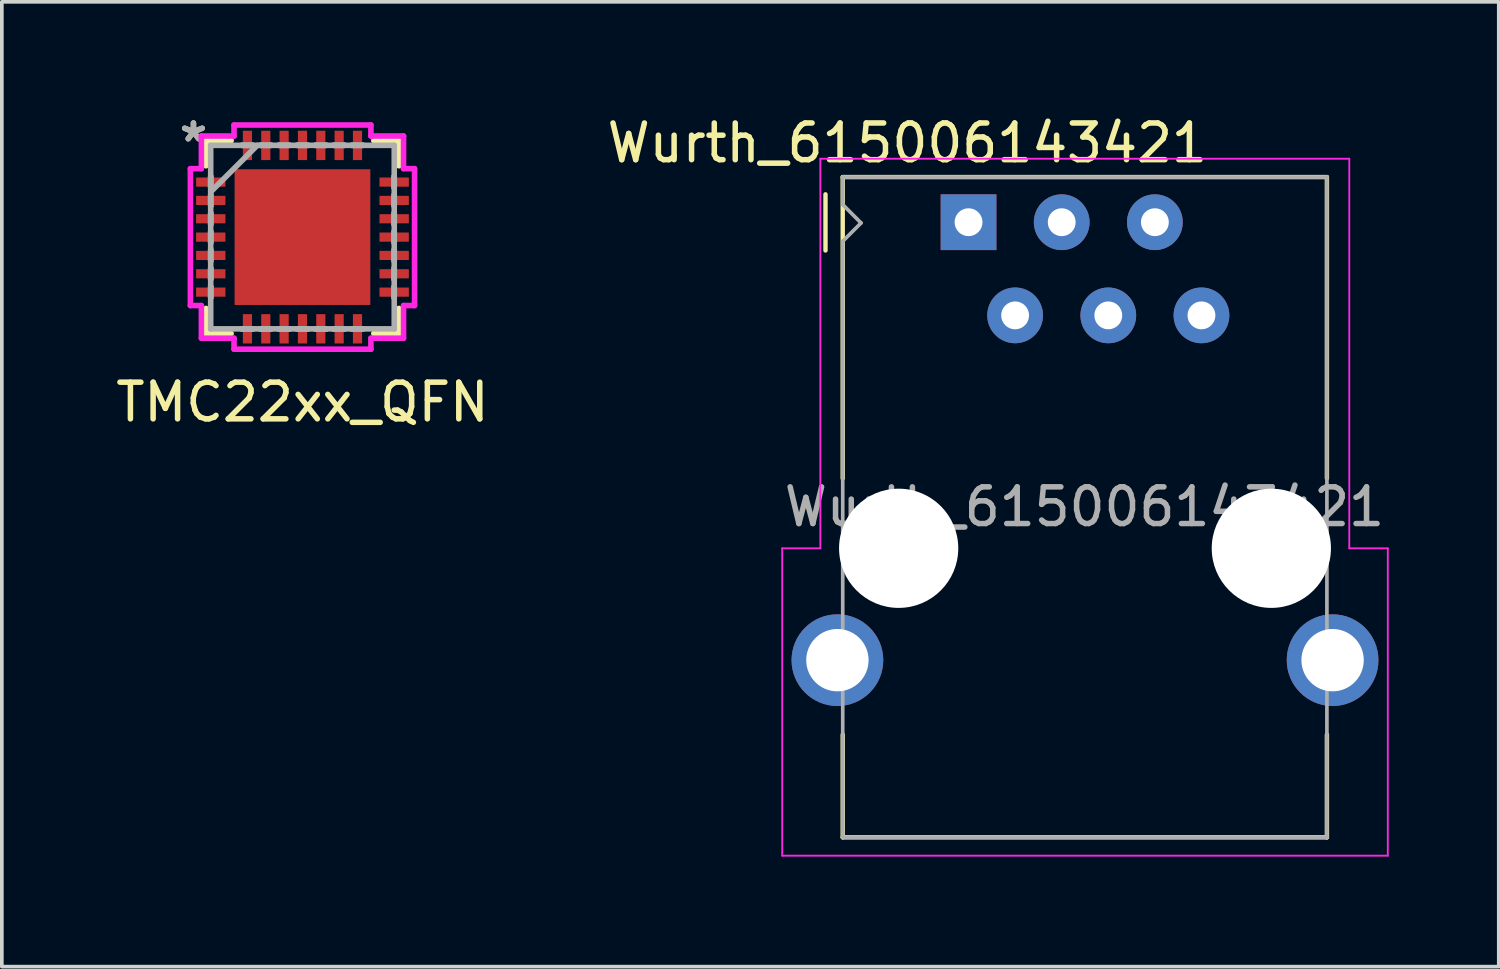
<source format=kicad_pcb>
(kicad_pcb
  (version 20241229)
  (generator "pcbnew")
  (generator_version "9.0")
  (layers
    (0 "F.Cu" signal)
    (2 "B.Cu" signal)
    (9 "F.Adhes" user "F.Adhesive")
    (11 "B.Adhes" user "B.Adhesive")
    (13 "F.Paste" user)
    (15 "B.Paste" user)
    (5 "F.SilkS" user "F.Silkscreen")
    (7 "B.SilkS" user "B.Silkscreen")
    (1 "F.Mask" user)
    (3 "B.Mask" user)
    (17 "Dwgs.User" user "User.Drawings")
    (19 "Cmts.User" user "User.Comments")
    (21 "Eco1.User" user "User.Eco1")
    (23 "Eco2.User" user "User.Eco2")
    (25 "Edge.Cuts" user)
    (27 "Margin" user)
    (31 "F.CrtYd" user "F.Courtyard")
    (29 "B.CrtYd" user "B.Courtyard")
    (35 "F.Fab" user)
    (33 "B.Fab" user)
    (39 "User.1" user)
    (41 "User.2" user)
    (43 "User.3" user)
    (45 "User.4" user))
  (footprint "TMC22xx_QFN"
    (layer "F.Cu")
    (at 5.196 3.414)
    (property "Reference" "TMC22xx_QFN" (at 0 4.5 0) (layer "F.SilkS") (effects (font (size 1 1) (thickness 0.15))))
    (attr smd)
    (fp_line (start -2.629 -2.629) (end -2.629 -1.945) (stroke (width 0.152) (type solid)) (layer "F.SilkS"))
    (fp_line (start -2.629 1.945) (end -2.629 2.629) (stroke (width 0.152) (type solid)) (layer "F.SilkS"))
    (fp_line (start -2.629 2.629) (end -1.945 2.629) (stroke (width 0.152) (type solid)) (layer "F.SilkS"))
    (fp_line (start -1.945 -2.629) (end -2.629 -2.629) (stroke (width 0.152) (type solid)) (layer "F.SilkS"))
    (fp_line (start 1.945 2.629) (end 2.629 2.629) (stroke (width 0.152) (type solid)) (layer "F.SilkS"))
    (fp_line (start 2.629 -2.629) (end 1.945 -2.629) (stroke (width 0.152) (type solid)) (layer "F.SilkS"))
    (fp_line (start 2.629 -1.945) (end 2.629 -2.629) (stroke (width 0.152) (type solid)) (layer "F.SilkS"))
    (fp_line (start 2.629 2.629) (end 2.629 1.945) (stroke (width 0.152) (type solid)) (layer "F.SilkS"))
    (fp_line (start -3.056 -1.866) (end -2.756 -1.866) (stroke (width 0.152) (type solid)) (layer "F.CrtYd"))
    (fp_line (start -3.056 1.866) (end -3.056 -1.866) (stroke (width 0.152) (type solid)) (layer "F.CrtYd"))
    (fp_line (start -2.756 -2.756) (end -1.866 -2.756) (stroke (width 0.152) (type solid)) (layer "F.CrtYd"))
    (fp_line (start -2.756 -1.866) (end -2.756 -2.756) (stroke (width 0.152) (type solid)) (layer "F.CrtYd"))
    (fp_line (start -2.756 1.866) (end -3.056 1.866) (stroke (width 0.152) (type solid)) (layer "F.CrtYd"))
    (fp_line (start -2.756 2.756) (end -2.756 1.866) (stroke (width 0.152) (type solid)) (layer "F.CrtYd"))
    (fp_line (start -1.866 -3.056) (end 1.866 -3.056) (stroke (width 0.152) (type solid)) (layer "F.CrtYd"))
    (fp_line (start -1.866 -2.756) (end -1.866 -3.056) (stroke (width 0.152) (type solid)) (layer "F.CrtYd"))
    (fp_line (start -1.866 2.756) (end -2.756 2.756) (stroke (width 0.152) (type solid)) (layer "F.CrtYd"))
    (fp_line (start -1.866 3.056) (end -1.866 2.756) (stroke (width 0.152) (type solid)) (layer "F.CrtYd"))
    (fp_line (start 1.866 -3.056) (end 1.866 -2.756) (stroke (width 0.152) (type solid)) (layer "F.CrtYd"))
    (fp_line (start 1.866 -2.756) (end 2.756 -2.756) (stroke (width 0.152) (type solid)) (layer "F.CrtYd"))
    (fp_line (start 1.866 2.756) (end 1.866 3.056) (stroke (width 0.152) (type solid)) (layer "F.CrtYd"))
    (fp_line (start 1.866 3.056) (end -1.866 3.056) (stroke (width 0.152) (type solid)) (layer "F.CrtYd"))
    (fp_line (start 2.756 -2.756) (end 2.756 -1.866) (stroke (width 0.152) (type solid)) (layer "F.CrtYd"))
    (fp_line (start 2.756 -1.866) (end 3.056 -1.866) (stroke (width 0.152) (type solid)) (layer "F.CrtYd"))
    (fp_line (start 2.756 1.866) (end 2.756 2.756) (stroke (width 0.152) (type solid)) (layer "F.CrtYd"))
    (fp_line (start 2.756 2.756) (end 1.866 2.756) (stroke (width 0.152) (type solid)) (layer "F.CrtYd"))
    (fp_line (start 3.056 -1.866) (end 3.056 1.866) (stroke (width 0.152) (type solid)) (layer "F.CrtYd"))
    (fp_line (start 3.056 1.866) (end 2.756 1.866) (stroke (width 0.152) (type solid)) (layer "F.CrtYd"))
    (fp_line (start -2.502 -2.502) (end -2.502 2.502) (stroke (width 0.152) (type solid)) (layer "F.Fab"))
    (fp_line (start -2.502 -1.652) (end -2.502 -1.652) (stroke (width 0.152) (type solid)) (layer "F.Fab"))
    (fp_line (start -2.502 -1.652) (end -2.502 -1.348) (stroke (width 0.152) (type solid)) (layer "F.Fab"))
    (fp_line (start -2.502 -1.348) (end -2.502 -1.652) (stroke (width 0.152) (type solid)) (layer "F.Fab"))
    (fp_line (start -2.502 -1.348) (end -2.502 -1.348) (stroke (width 0.152) (type solid)) (layer "F.Fab"))
    (fp_line (start -2.502 -1.232) (end -1.232 -2.502) (stroke (width 0.152) (type solid)) (layer "F.Fab"))
    (fp_line (start -2.502 -1.152) (end -2.502 -1.152) (stroke (width 0.152) (type solid)) (layer "F.Fab"))
    (fp_line (start -2.502 -1.152) (end -2.502 -0.848) (stroke (width 0.152) (type solid)) (layer "F.Fab"))
    (fp_line (start -2.502 -0.848) (end -2.502 -1.152) (stroke (width 0.152) (type solid)) (layer "F.Fab"))
    (fp_line (start -2.502 -0.848) (end -2.502 -0.848) (stroke (width 0.152) (type solid)) (layer "F.Fab"))
    (fp_line (start -2.502 -0.652) (end -2.502 -0.652) (stroke (width 0.152) (type solid)) (layer "F.Fab"))
    (fp_line (start -2.502 -0.652) (end -2.502 -0.348) (stroke (width 0.152) (type solid)) (layer "F.Fab"))
    (fp_line (start -2.502 -0.348) (end -2.502 -0.652) (stroke (width 0.152) (type solid)) (layer "F.Fab"))
    (fp_line (start -2.502 -0.348) (end -2.502 -0.348) (stroke (width 0.152) (type solid)) (layer "F.Fab"))
    (fp_line (start -2.502 -0.152) (end -2.502 -0.152) (stroke (width 0.152) (type solid)) (layer "F.Fab"))
    (fp_line (start -2.502 -0.152) (end -2.502 0.152) (stroke (width 0.152) (type solid)) (layer "F.Fab"))
    (fp_line (start -2.502 0.152) (end -2.502 -0.152) (stroke (width 0.152) (type solid)) (layer "F.Fab"))
    (fp_line (start -2.502 0.152) (end -2.502 0.152) (stroke (width 0.152) (type solid)) (layer "F.Fab"))
    (fp_line (start -2.502 0.348) (end -2.502 0.348) (stroke (width 0.152) (type solid)) (layer "F.Fab"))
    (fp_line (start -2.502 0.348) (end -2.502 0.652) (stroke (width 0.152) (type solid)) (layer "F.Fab"))
    (fp_line (start -2.502 0.652) (end -2.502 0.348) (stroke (width 0.152) (type solid)) (layer "F.Fab"))
    (fp_line (start -2.502 0.652) (end -2.502 0.652) (stroke (width 0.152) (type solid)) (layer "F.Fab"))
    (fp_line (start -2.502 0.848) (end -2.502 0.848) (stroke (width 0.152) (type solid)) (layer "F.Fab"))
    (fp_line (start -2.502 0.848) (end -2.502 1.152) (stroke (width 0.152) (type solid)) (layer "F.Fab"))
    (fp_line (start -2.502 1.152) (end -2.502 0.848) (stroke (width 0.152) (type solid)) (layer "F.Fab"))
    (fp_line (start -2.502 1.152) (end -2.502 1.152) (stroke (width 0.152) (type solid)) (layer "F.Fab"))
    (fp_line (start -2.502 1.348) (end -2.502 1.348) (stroke (width 0.152) (type solid)) (layer "F.Fab"))
    (fp_line (start -2.502 1.348) (end -2.502 1.652) (stroke (width 0.152) (type solid)) (layer "F.Fab"))
    (fp_line (start -2.502 1.652) (end -2.502 1.348) (stroke (width 0.152) (type solid)) (layer "F.Fab"))
    (fp_line (start -2.502 1.652) (end -2.502 1.652) (stroke (width 0.152) (type solid)) (layer "F.Fab"))
    (fp_line (start -2.502 2.502) (end 2.502 2.502) (stroke (width 0.152) (type solid)) (layer "F.Fab"))
    (fp_line (start -1.652 -2.502) (end -1.652 -2.502) (stroke (width 0.152) (type solid)) (layer "F.Fab"))
    (fp_line (start -1.652 -2.502) (end -1.348 -2.502) (stroke (width 0.152) (type solid)) (layer "F.Fab"))
    (fp_line (start -1.652 2.502) (end -1.652 2.502) (stroke (width 0.152) (type solid)) (layer "F.Fab"))
    (fp_line (start -1.652 2.502) (end -1.348 2.502) (stroke (width 0.152) (type solid)) (layer "F.Fab"))
    (fp_line (start -1.348 -2.502) (end -1.652 -2.502) (stroke (width 0.152) (type solid)) (layer "F.Fab"))
    (fp_line (start -1.348 -2.502) (end -1.348 -2.502) (stroke (width 0.152) (type solid)) (layer "F.Fab"))
    (fp_line (start -1.348 2.502) (end -1.652 2.502) (stroke (width 0.152) (type solid)) (layer "F.Fab"))
    (fp_line (start -1.348 2.502) (end -1.348 2.502) (stroke (width 0.152) (type solid)) (layer "F.Fab"))
    (fp_line (start -1.152 -2.502) (end -1.152 -2.502) (stroke (width 0.152) (type solid)) (layer "F.Fab"))
    (fp_line (start -1.152 -2.502) (end -0.848 -2.502) (stroke (width 0.152) (type solid)) (layer "F.Fab"))
    (fp_line (start -1.152 2.502) (end -1.152 2.502) (stroke (width 0.152) (type solid)) (layer "F.Fab"))
    (fp_line (start -1.152 2.502) (end -0.848 2.502) (stroke (width 0.152) (type solid)) (layer "F.Fab"))
    (fp_line (start -0.848 -2.502) (end -1.152 -2.502) (stroke (width 0.152) (type solid)) (layer "F.Fab"))
    (fp_line (start -0.848 -2.502) (end -0.848 -2.502) (stroke (width 0.152) (type solid)) (layer "F.Fab"))
    (fp_line (start -0.848 2.502) (end -1.152 2.502) (stroke (width 0.152) (type solid)) (layer "F.Fab"))
    (fp_line (start -0.848 2.502) (end -0.848 2.502) (stroke (width 0.152) (type solid)) (layer "F.Fab"))
    (fp_line (start -0.652 -2.502) (end -0.652 -2.502) (stroke (width 0.152) (type solid)) (layer "F.Fab"))
    (fp_line (start -0.652 -2.502) (end -0.348 -2.502) (stroke (width 0.152) (type solid)) (layer "F.Fab"))
    (fp_line (start -0.652 2.502) (end -0.652 2.502) (stroke (width 0.152) (type solid)) (layer "F.Fab"))
    (fp_line (start -0.652 2.502) (end -0.348 2.502) (stroke (width 0.152) (type solid)) (layer "F.Fab"))
    (fp_line (start -0.348 -2.502) (end -0.652 -2.502) (stroke (width 0.152) (type solid)) (layer "F.Fab"))
    (fp_line (start -0.348 -2.502) (end -0.348 -2.502) (stroke (width 0.152) (type solid)) (layer "F.Fab"))
    (fp_line (start -0.348 2.502) (end -0.652 2.502) (stroke (width 0.152) (type solid)) (layer "F.Fab"))
    (fp_line (start -0.348 2.502) (end -0.348 2.502) (stroke (width 0.152) (type solid)) (layer "F.Fab"))
    (fp_line (start -0.152 -2.502) (end -0.152 -2.502) (stroke (width 0.152) (type solid)) (layer "F.Fab"))
    (fp_line (start -0.152 -2.502) (end 0.152 -2.502) (stroke (width 0.152) (type solid)) (layer "F.Fab"))
    (fp_line (start -0.152 2.502) (end -0.152 2.502) (stroke (width 0.152) (type solid)) (layer "F.Fab"))
    (fp_line (start -0.152 2.502) (end 0.152 2.502) (stroke (width 0.152) (type solid)) (layer "F.Fab"))
    (fp_line (start 0.152 -2.502) (end -0.152 -2.502) (stroke (width 0.152) (type solid)) (layer "F.Fab"))
    (fp_line (start 0.152 -2.502) (end 0.152 -2.502) (stroke (width 0.152) (type solid)) (layer "F.Fab"))
    (fp_line (start 0.152 2.502) (end -0.152 2.502) (stroke (width 0.152) (type solid)) (layer "F.Fab"))
    (fp_line (start 0.152 2.502) (end 0.152 2.502) (stroke (width 0.152) (type solid)) (layer "F.Fab"))
    (fp_line (start 0.348 -2.502) (end 0.348 -2.502) (stroke (width 0.152) (type solid)) (layer "F.Fab"))
    (fp_line (start 0.348 -2.502) (end 0.652 -2.502) (stroke (width 0.152) (type solid)) (layer "F.Fab"))
    (fp_line (start 0.348 2.502) (end 0.348 2.502) (stroke (width 0.152) (type solid)) (layer "F.Fab"))
    (fp_line (start 0.348 2.502) (end 0.652 2.502) (stroke (width 0.152) (type solid)) (layer "F.Fab"))
    (fp_line (start 0.652 -2.502) (end 0.348 -2.502) (stroke (width 0.152) (type solid)) (layer "F.Fab"))
    (fp_line (start 0.652 -2.502) (end 0.652 -2.502) (stroke (width 0.152) (type solid)) (layer "F.Fab"))
    (fp_line (start 0.652 2.502) (end 0.348 2.502) (stroke (width 0.152) (type solid)) (layer "F.Fab"))
    (fp_line (start 0.652 2.502) (end 0.652 2.502) (stroke (width 0.152) (type solid)) (layer "F.Fab"))
    (fp_line (start 0.848 -2.502) (end 0.848 -2.502) (stroke (width 0.152) (type solid)) (layer "F.Fab"))
    (fp_line (start 0.848 -2.502) (end 1.152 -2.502) (stroke (width 0.152) (type solid)) (layer "F.Fab"))
    (fp_line (start 0.848 2.502) (end 0.848 2.502) (stroke (width 0.152) (type solid)) (layer "F.Fab"))
    (fp_line (start 0.848 2.502) (end 1.152 2.502) (stroke (width 0.152) (type solid)) (layer "F.Fab"))
    (fp_line (start 1.152 -2.502) (end 0.848 -2.502) (stroke (width 0.152) (type solid)) (layer "F.Fab"))
    (fp_line (start 1.152 -2.502) (end 1.152 -2.502) (stroke (width 0.152) (type solid)) (layer "F.Fab"))
    (fp_line (start 1.152 2.502) (end 0.848 2.502) (stroke (width 0.152) (type solid)) (layer "F.Fab"))
    (fp_line (start 1.152 2.502) (end 1.152 2.502) (stroke (width 0.152) (type solid)) (layer "F.Fab"))
    (fp_line (start 1.348 -2.502) (end 1.348 -2.502) (stroke (width 0.152) (type solid)) (layer "F.Fab"))
    (fp_line (start 1.348 -2.502) (end 1.652 -2.502) (stroke (width 0.152) (type solid)) (layer "F.Fab"))
    (fp_line (start 1.348 2.502) (end 1.348 2.502) (stroke (width 0.152) (type solid)) (layer "F.Fab"))
    (fp_line (start 1.348 2.502) (end 1.652 2.502) (stroke (width 0.152) (type solid)) (layer "F.Fab"))
    (fp_line (start 1.652 -2.502) (end 1.348 -2.502) (stroke (width 0.152) (type solid)) (layer "F.Fab"))
    (fp_line (start 1.652 -2.502) (end 1.652 -2.502) (stroke (width 0.152) (type solid)) (layer "F.Fab"))
    (fp_line (start 1.652 2.502) (end 1.348 2.502) (stroke (width 0.152) (type solid)) (layer "F.Fab"))
    (fp_line (start 1.652 2.502) (end 1.652 2.502) (stroke (width 0.152) (type solid)) (layer "F.Fab"))
    (fp_line (start 2.502 -2.502) (end -2.502 -2.502) (stroke (width 0.152) (type solid)) (layer "F.Fab"))
    (fp_line (start 2.502 -1.652) (end 2.502 -1.652) (stroke (width 0.152) (type solid)) (layer "F.Fab"))
    (fp_line (start 2.502 -1.652) (end 2.502 -1.348) (stroke (width 0.152) (type solid)) (layer "F.Fab"))
    (fp_line (start 2.502 -1.348) (end 2.502 -1.652) (stroke (width 0.152) (type solid)) (layer "F.Fab"))
    (fp_line (start 2.502 -1.348) (end 2.502 -1.348) (stroke (width 0.152) (type solid)) (layer "F.Fab"))
    (fp_line (start 2.502 -1.152) (end 2.502 -1.152) (stroke (width 0.152) (type solid)) (layer "F.Fab"))
    (fp_line (start 2.502 -1.152) (end 2.502 -0.848) (stroke (width 0.152) (type solid)) (layer "F.Fab"))
    (fp_line (start 2.502 -0.848) (end 2.502 -1.152) (stroke (width 0.152) (type solid)) (layer "F.Fab"))
    (fp_line (start 2.502 -0.848) (end 2.502 -0.848) (stroke (width 0.152) (type solid)) (layer "F.Fab"))
    (fp_line (start 2.502 -0.652) (end 2.502 -0.652) (stroke (width 0.152) (type solid)) (layer "F.Fab"))
    (fp_line (start 2.502 -0.652) (end 2.502 -0.348) (stroke (width 0.152) (type solid)) (layer "F.Fab"))
    (fp_line (start 2.502 -0.348) (end 2.502 -0.652) (stroke (width 0.152) (type solid)) (layer "F.Fab"))
    (fp_line (start 2.502 -0.348) (end 2.502 -0.348) (stroke (width 0.152) (type solid)) (layer "F.Fab"))
    (fp_line (start 2.502 -0.152) (end 2.502 -0.152) (stroke (width 0.152) (type solid)) (layer "F.Fab"))
    (fp_line (start 2.502 -0.152) (end 2.502 0.152) (stroke (width 0.152) (type solid)) (layer "F.Fab"))
    (fp_line (start 2.502 0.152) (end 2.502 -0.152) (stroke (width 0.152) (type solid)) (layer "F.Fab"))
    (fp_line (start 2.502 0.152) (end 2.502 0.152) (stroke (width 0.152) (type solid)) (layer "F.Fab"))
    (fp_line (start 2.502 0.348) (end 2.502 0.348) (stroke (width 0.152) (type solid)) (layer "F.Fab"))
    (fp_line (start 2.502 0.348) (end 2.502 0.652) (stroke (width 0.152) (type solid)) (layer "F.Fab"))
    (fp_line (start 2.502 0.652) (end 2.502 0.348) (stroke (width 0.152) (type solid)) (layer "F.Fab"))
    (fp_line (start 2.502 0.652) (end 2.502 0.652) (stroke (width 0.152) (type solid)) (layer "F.Fab"))
    (fp_line (start 2.502 0.848) (end 2.502 0.848) (stroke (width 0.152) (type solid)) (layer "F.Fab"))
    (fp_line (start 2.502 0.848) (end 2.502 1.152) (stroke (width 0.152) (type solid)) (layer "F.Fab"))
    (fp_line (start 2.502 1.152) (end 2.502 0.848) (stroke (width 0.152) (type solid)) (layer "F.Fab"))
    (fp_line (start 2.502 1.152) (end 2.502 1.152) (stroke (width 0.152) (type solid)) (layer "F.Fab"))
    (fp_line (start 2.502 1.348) (end 2.502 1.348) (stroke (width 0.152) (type solid)) (layer "F.Fab"))
    (fp_line (start 2.502 1.348) (end 2.502 1.652) (stroke (width 0.152) (type solid)) (layer "F.Fab"))
    (fp_line (start 2.502 1.652) (end 2.502 1.348) (stroke (width 0.152) (type solid)) (layer "F.Fab"))
    (fp_line (start 2.502 1.652) (end 2.502 1.652) (stroke (width 0.152) (type solid)) (layer "F.Fab"))
    (fp_line (start 2.502 2.502) (end 2.502 -2.502) (stroke (width 0.152) (type solid)) (layer "F.Fab"))
    (fp_text user "*" (at -2.972 -2.565 0) (layer "F.SilkS") (effects (font (size 1 1) (thickness 0.15))))
    (fp_text user "*" (at -2.972 -2.565 0) (layer "F.Fab") (effects (font (size 1 1) (thickness 0.15))))
    (pad "1" smd rect (at -2.5 -1.5 90) (size 0.25 0.8) (layers "F.Cu" "F.Mask" "F.Paste"))
    (pad "2" smd rect (at -2.5 -1 90) (size 0.25 0.8) (layers "F.Cu" "F.Mask" "F.Paste"))
    (pad "3" smd rect (at -2.5 -0.5 90) (size 0.25 0.8) (layers "F.Cu" "F.Mask" "F.Paste"))
    (pad "4" smd rect (at -2.5 0 90) (size 0.25 0.8) (layers "F.Cu" "F.Mask" "F.Paste"))
    (pad "5" smd rect (at -2.5 0.5 90) (size 0.25 0.8) (layers "F.Cu" "F.Mask" "F.Paste"))
    (pad "6" smd rect (at -2.5 1 90) (size 0.25 0.8) (layers "F.Cu" "F.Mask" "F.Paste"))
    (pad "7" smd rect (at -2.5 1.5 90) (size 0.25 0.8) (layers "F.Cu" "F.Mask" "F.Paste"))
    (pad "8" smd rect (at -1.5 2.5) (size 0.25 0.8) (layers "F.Cu" "F.Mask" "F.Paste"))
    (pad "9" smd rect (at -1 2.5) (size 0.25 0.8) (layers "F.Cu" "F.Mask" "F.Paste"))
    (pad "10" smd rect (at -0.5 2.5) (size 0.25 0.8) (layers "F.Cu" "F.Mask" "F.Paste"))
    (pad "11" smd rect (at 0 2.5) (size 0.25 0.8) (layers "F.Cu" "F.Mask" "F.Paste"))
    (pad "12" smd rect (at 0.5 2.5) (size 0.25 0.8) (layers "F.Cu" "F.Mask" "F.Paste"))
    (pad "13" smd rect (at 1 2.5) (size 0.25 0.8) (layers "F.Cu" "F.Mask" "F.Paste"))
    (pad "14" smd rect (at 1.5 2.5) (size 0.25 0.8) (layers "F.Cu" "F.Mask" "F.Paste"))
    (pad "15" smd rect (at 2.5 1.5 90) (size 0.25 0.8) (layers "F.Cu" "F.Mask" "F.Paste"))
    (pad "16" smd rect (at 2.5 1 90) (size 0.25 0.8) (layers "F.Cu" "F.Mask" "F.Paste"))
    (pad "17" smd rect (at 2.5 0.5 90) (size 0.25 0.8) (layers "F.Cu" "F.Mask" "F.Paste"))
    (pad "18" smd rect (at 2.5 0 90) (size 0.25 0.8) (layers "F.Cu" "F.Mask" "F.Paste"))
    (pad "19" smd rect (at 2.5 -0.5 90) (size 0.25 0.8) (layers "F.Cu" "F.Mask" "F.Paste"))
    (pad "20" smd rect (at 2.5 -1 90) (size 0.25 0.8) (layers "F.Cu" "F.Mask" "F.Paste"))
    (pad "21" smd rect (at 2.5 -1.5 90) (size 0.25 0.8) (layers "F.Cu" "F.Mask" "F.Paste"))
    (pad "22" smd rect (at 1.5 -2.5) (size 0.25 0.8) (layers "F.Cu" "F.Mask" "F.Paste"))
    (pad "23" smd rect (at 1 -2.5) (size 0.25 0.8) (layers "F.Cu" "F.Mask" "F.Paste"))
    (pad "24" smd rect (at 0.5 -2.5) (size 0.25 0.8) (layers "F.Cu" "F.Mask" "F.Paste"))
    (pad "25" smd rect (at 0 -2.5) (size 0.25 0.8) (layers "F.Cu" "F.Mask" "F.Paste"))
    (pad "26" smd rect (at -0.5 -2.5) (size 0.25 0.8) (layers "F.Cu" "F.Mask" "F.Paste"))
    (pad "27" smd rect (at -1 -2.5) (size 0.25 0.8) (layers "F.Cu" "F.Mask" "F.Paste"))
    (pad "28" smd rect (at -1.5 -2.5) (size 0.25 0.8) (layers "F.Cu" "F.Mask" "F.Paste"))
    (pad "29" smd rect (at 0 0) (size 3.7 3.7) (layers "F.Cu" "F.Mask" "F.Paste")))
  (footprint "Wurth_615006143421"
    (layer "F.Cu")
    (at 26.53 11.898)
    (property "Reference" "Wurth_615006143421" (at -4.845 -11.05 0) (layer "F.SilkS") (effects (font (size 1 1) (thickness 0.15))))
    (attr through_hole)
    (fp_line (start -7.075 -8.12) (end -7.075 -9.65) (stroke (width 0.12) (type solid)) (layer "F.SilkS"))
    (fp_line (start -6.605 -10.12) (end 6.595 -10.12) (stroke (width 0.12) (type solid)) (layer "F.SilkS"))
    (fp_line (start -6.605 -1.905) (end -6.605 -10.12) (stroke (width 0.12) (type solid)) (layer "F.SilkS"))
    (fp_line (start -6.605 7.88) (end -6.605 5.08) (stroke (width 0.12) (type solid)) (layer "F.SilkS"))
    (fp_line (start 6.595 -10.12) (end 6.595 -1.905) (stroke (width 0.12) (type solid)) (layer "F.SilkS"))
    (fp_line (start 6.595 7.76) (end 6.595 7.88) (stroke (width 0.1) (type solid)) (layer "F.SilkS"))
    (fp_line (start 6.595 7.87) (end 6.595 7.88) (stroke (width 0.1) (type solid)) (layer "F.SilkS"))
    (fp_line (start 6.595 7.88) (end -6.605 7.88) (stroke (width 0.12) (type solid)) (layer "F.SilkS"))
    (fp_line (start 6.595 7.88) (end 6.595 5.08) (stroke (width 0.12) (type solid)) (layer "F.SilkS"))
    (fp_line (start -8.255 0) (end -8.255 8.38) (stroke (width 0.05) (type solid)) (layer "F.CrtYd"))
    (fp_line (start -7.215 -10.62) (end 7.205 -10.62) (stroke (width 0.05) (type solid)) (layer "F.CrtYd"))
    (fp_line (start -7.215 0) (end -8.255 0) (stroke (width 0.05) (type solid)) (layer "F.CrtYd"))
    (fp_line (start -7.215 0) (end -7.215 -10.62) (stroke (width 0.05) (type solid)) (layer "F.CrtYd"))
    (fp_line (start 7.205 -10.62) (end 7.205 0) (stroke (width 0.05) (type solid)) (layer "F.CrtYd"))
    (fp_line (start 7.205 0) (end 8.255 0) (stroke (width 0.05) (type solid)) (layer "F.CrtYd"))
    (fp_line (start 8.255 0) (end 8.255 8.38) (stroke (width 0.05) (type solid)) (layer "F.CrtYd"))
    (fp_line (start 8.255 8.38) (end -8.255 8.38) (stroke (width 0.05) (type solid)) (layer "F.CrtYd"))
    (fp_line (start -6.605 -10.12) (end 6.595 -10.12) (stroke (width 0.1) (type solid)) (layer "F.Fab"))
    (fp_line (start -6.605 -9.37) (end -6.605 -10.12) (stroke (width 0.1) (type solid)) (layer "F.Fab"))
    (fp_line (start -6.605 -8.37) (end -6.105 -8.87) (stroke (width 0.1) (type solid)) (layer "F.Fab"))
    (fp_line (start -6.605 7.88) (end -6.605 -8.37) (stroke (width 0.1) (type solid)) (layer "F.Fab"))
    (fp_line (start -6.105 -8.87) (end -6.605 -9.37) (stroke (width 0.1) (type solid)) (layer "F.Fab"))
    (fp_line (start 6.595 -10.12) (end 6.595 7.88) (stroke (width 0.1) (type solid)) (layer "F.Fab"))
    (fp_line (start 6.595 7.88) (end -6.605 7.88) (stroke (width 0.1) (type solid)) (layer "F.Fab"))
    (fp_text user "${REFERENCE}" (at -0.015 -1.13 0) (layer "F.Fab") (effects (font (size 1 1) (thickness 0.15))))
    (pad "" np_thru_hole circle (at -5.08 0) (size 3.25 3.25) (drill 3.25) (layers "*.Cu" "*.Mask"))
    (pad "" np_thru_hole circle (at 5.08 0) (size 3.25 3.25) (drill 3.25) (layers "*.Cu" "*.Mask"))
    (pad "1" thru_hole rect (at -3.175 -8.89) (size 1.52 1.52) (drill 0.76) (layers "*.Cu" "*.Mask"))
    (pad "2" thru_hole circle (at -1.905 -6.35) (size 1.52 1.52) (drill 0.76) (layers "*.Cu" "*.Mask"))
    (pad "3" thru_hole circle (at -0.635 -8.89) (size 1.52 1.52) (drill 0.76) (layers "*.Cu" "*.Mask"))
    (pad "4" thru_hole circle (at 0.635 -6.35) (size 1.52 1.52) (drill 0.76) (layers "*.Cu" "*.Mask"))
    (pad "5" thru_hole circle (at 1.905 -8.89) (size 1.52 1.52) (drill 0.76) (layers "*.Cu" "*.Mask"))
    (pad "6" thru_hole circle (at 3.175 -6.35) (size 1.52 1.52) (drill 0.76) (layers "*.Cu" "*.Mask"))
    (pad "SH" thru_hole circle (at -6.75 3.05) (size 2.5 2.5) (drill 1.7) (layers "*.Cu" "*.Mask"))
    (pad "SH" thru_hole circle (at 6.75 3.05) (size 2.5 2.5) (drill 1.7) (layers "*.Cu" "*.Mask")))
  (gr_rect
    (start -3 -3)
    (end 37.81 23.303)
    (stroke (width 0.1) (type default))
    (fill no)
    (layer "Edge.Cuts")))
</source>
